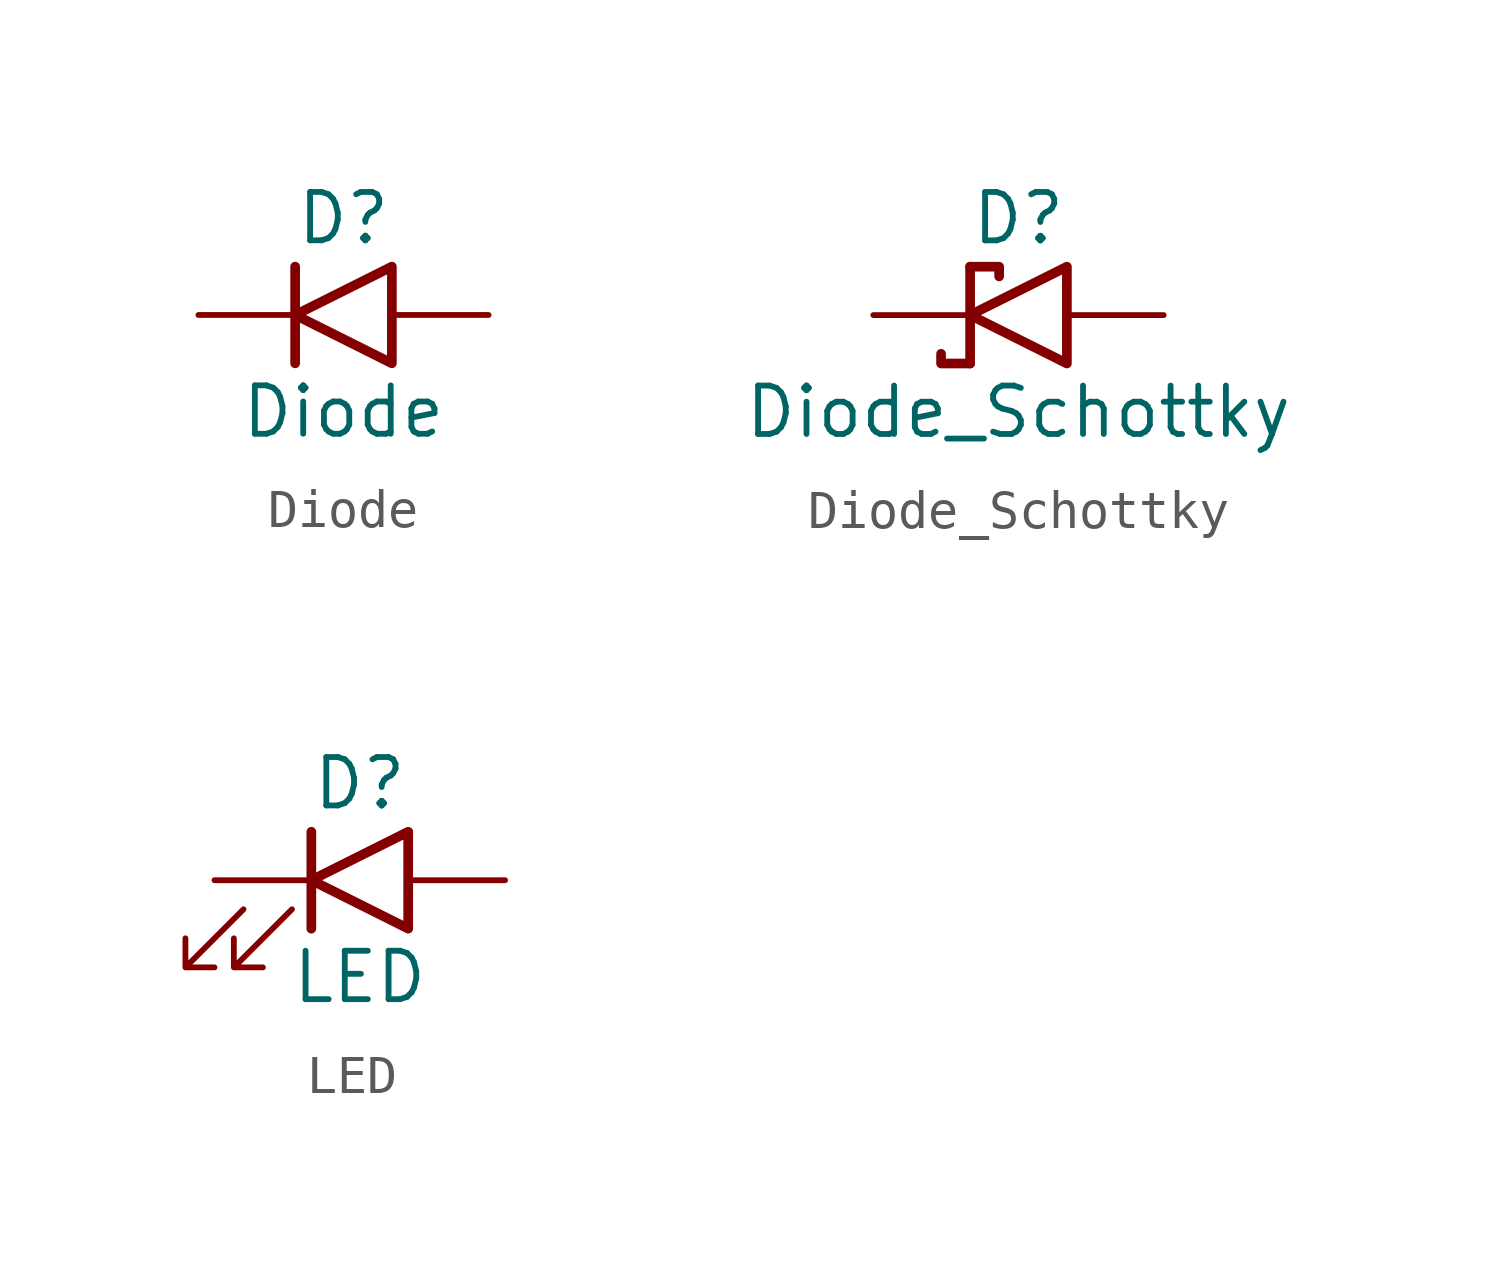
<source format=kicad_sym>
(kicad_symbol_lib
  (version 20220914)
  (generator kicad_symbol_editor)
  (symbol "Diode"
    (pin_numbers hide)
    (pin_names hide)
    (property "Reference" "D"
      (at 0 2.54 0)
      (effects (font (size 1.27 1.27))))
    (property "Value" "Diode"
      (at 0 -2.54 0)
      (effects (font (size 1.27 1.27))))
    (symbol "Diode_0_1"
      (polyline (pts (xy -1.27 1.27) (xy -1.27 -1.27)) (stroke (width 0.254) (type default)) (fill (type none)))
      (polyline (pts (xy 1.27 1.27) (xy 1.27 -1.27) (xy -1.27 0) (xy 1.27 1.27)) (stroke (width 0.254) (type default)) (fill (type none))))
    (symbol "Diode_1_1"
      (pin passive line (at -3.81 0 0) (length 2.54) (name "K" (effects (font (size 1.27 1.27)))) (number "1" (effects (font (size 1.27 1.27)))))
      (pin passive line (at 3.81 0 180) (length 2.54) (name "A" (effects (font (size 1.27 1.27)))) (number "2" (effects (font (size 1.27 1.27)))))))
  (symbol "Diode_Schottky"
    (pin_numbers hide)
    (pin_names hide)
    (property "Reference" "D"
      (at 0 2.54 0)
      (effects (font (size 1.27 1.27))))
    (property "Value" "Diode_Schottky"
      (at 0 -2.54 0)
      (effects (font (size 1.27 1.27))))
    (symbol "Diode_Schottky_0_1"
      (polyline (pts (xy -1.27 1.27) (xy -1.27 -1.27)) (stroke (width 0.254) (type default)) (fill (type none)))
      (polyline (pts (xy 1.27 1.27) (xy 1.27 -1.27) (xy -1.27 0) (xy 1.27 1.27)) (stroke (width 0.254) (type default)) (fill (type none))))
    (symbol "Diode_Schottky_1_1"
      (polyline (pts (xy -1.27 -1.27) (xy -2.032 -1.27) (xy -2.032 -1.016)) (stroke (width 0.254) (type default)) (fill (type none)))
      (polyline (pts (xy -1.27 1.27) (xy -0.508 1.27) (xy -0.508 1.016)) (stroke (width 0.254) (type default)) (fill (type none)))
      (pin passive line (at -3.81 0 0) (length 2.54) (name "K" (effects (font (size 1.27 1.27)))) (number "1" (effects (font (size 1.27 1.27)))))
      (pin passive line (at 3.81 0 180) (length 2.54) (name "A" (effects (font (size 1.27 1.27)))) (number "2" (effects (font (size 1.27 1.27)))))))
  (symbol "LED"
    (pin_numbers hide)
    (pin_names
      (offset 1.016) hide)
    (property "Reference" "D"
      (at 0 2.54 0)
      (effects (font (size 1.27 1.27))))
    (property "Value" "LED"
      (at 0 -2.54 0)
      (effects (font (size 1.27 1.27))))
    (symbol "LED_0_1"
      (polyline (pts (xy -1.27 -1.27) (xy -1.27 1.27)) (stroke (width 0.254) (type default)) (fill (type none)))
      (polyline (pts (xy 1.27 -1.27) (xy 1.27 1.27) (xy -1.27 0) (xy 1.27 -1.27)) (stroke (width 0.254) (type default)) (fill (type none)))
      (polyline (pts (xy -3.048 -0.762) (xy -4.572 -2.286) (xy -3.81 -2.286) (xy -4.572 -2.286) (xy -4.572 -1.524)) (stroke (width 0) (type default)) (fill (type none)))
      (polyline (pts (xy -1.778 -0.762) (xy -3.302 -2.286) (xy -2.54 -2.286) (xy -3.302 -2.286) (xy -3.302 -1.524)) (stroke (width 0) (type default)) (fill (type none))))
    (symbol "LED_1_1"
      (pin passive line (at -3.81 0 0) (length 2.54) (name "K" (effects (font (size 1.27 1.27)))) (number "1" (effects (font (size 1.27 1.27)))))
      (pin passive line (at 3.81 0 180) (length 2.54) (name "A" (effects (font (size 1.27 1.27)))) (number "2" (effects (font (size 1.27 1.27))))))))
</source>
